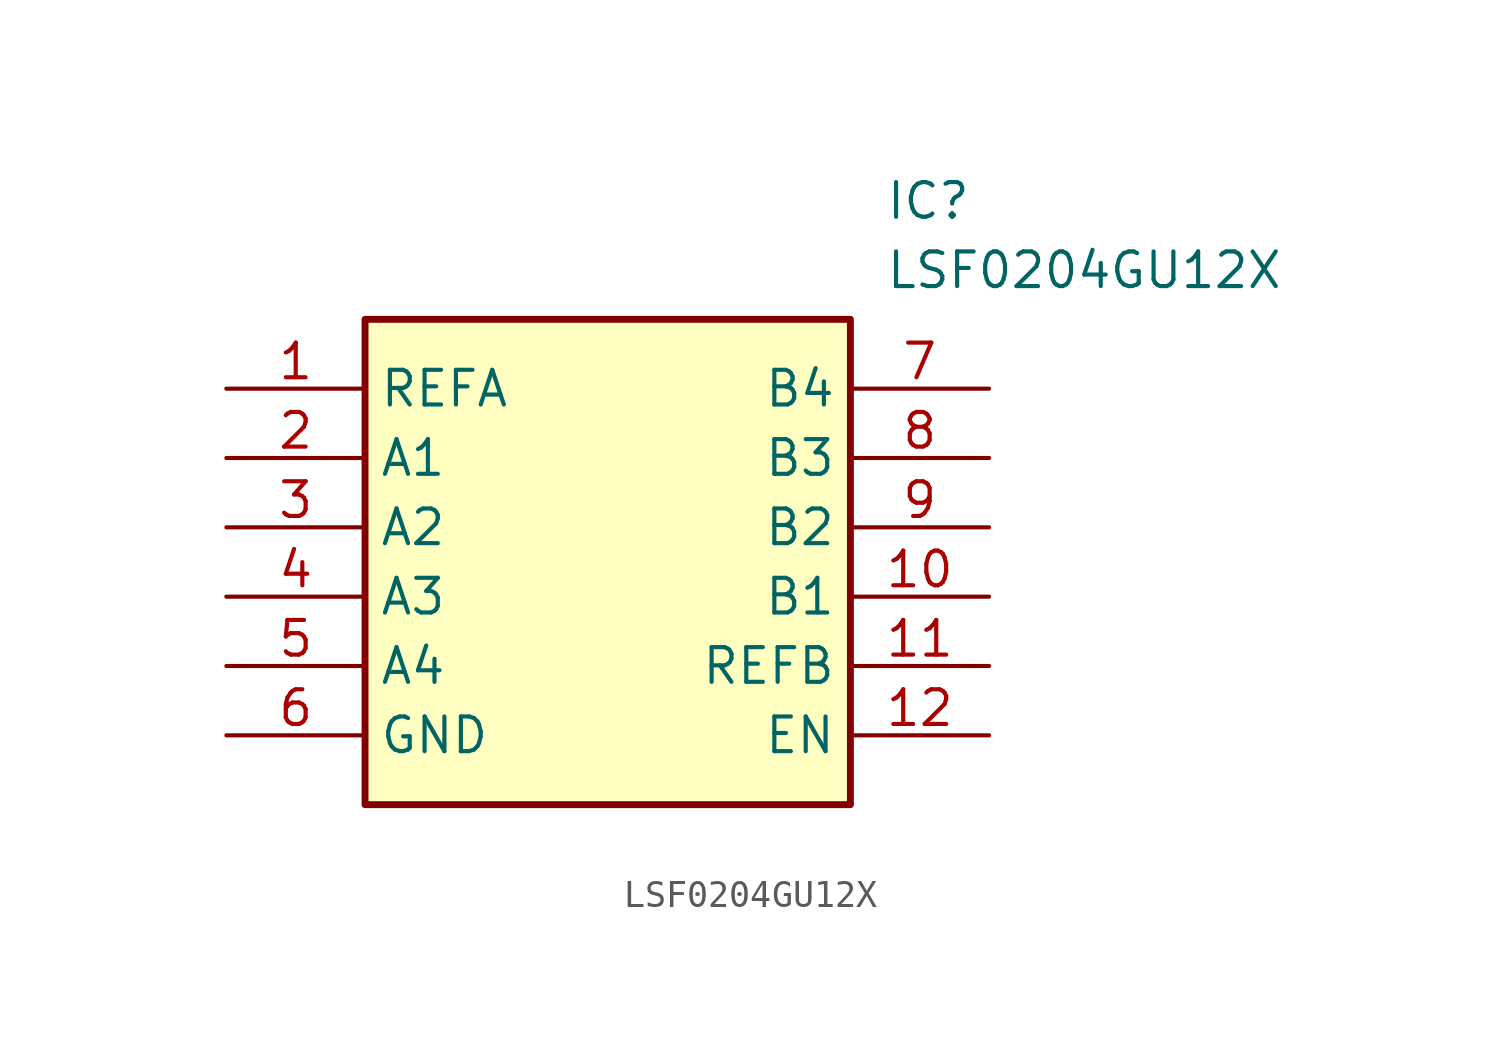
<source format=kicad_sym>
(kicad_symbol_lib
  (version 20211014)
  (generator SamacSys_ECAD_Model)
  (symbol "LSF0204GU12X"
    (property "Reference" "IC"
      (at 24.13 7.62 0)
      (effects (font (size 1.27 1.27)) (justify left top)))
    (property "Value" "LSF0204GU12X"
      (at 24.13 5.08 0)
      (effects (font (size 1.27 1.27)) (justify left top)))
    (rectangle
      (start 5.08 2.54)
      (end 22.86 -15.24)
      (stroke (width 0.254) (type default))
      (fill (type background)))
    (pin passive line
      (at 0 0 0)
      (length 5.08)
      (name "REFA" (effects (font (size 1.27 1.27))))
      (number "1" (effects (font (size 1.27 1.27)))))
    (pin passive line
      (at 0 -2.54 0)
      (length 5.08)
      (name "A1" (effects (font (size 1.27 1.27))))
      (number "2" (effects (font (size 1.27 1.27)))))
    (pin passive line
      (at 0 -5.08 0)
      (length 5.08)
      (name "A2" (effects (font (size 1.27 1.27))))
      (number "3" (effects (font (size 1.27 1.27)))))
    (pin passive line
      (at 0 -7.62 0)
      (length 5.08)
      (name "A3" (effects (font (size 1.27 1.27))))
      (number "4" (effects (font (size 1.27 1.27)))))
    (pin passive line
      (at 0 -10.16 0)
      (length 5.08)
      (name "A4" (effects (font (size 1.27 1.27))))
      (number "5" (effects (font (size 1.27 1.27)))))
    (pin passive line
      (at 0 -12.7 0)
      (length 5.08)
      (name "GND" (effects (font (size 1.27 1.27))))
      (number "6" (effects (font (size 1.27 1.27)))))
    (pin passive line
      (at 27.94 0 180)
      (length 5.08)
      (name "B4" (effects (font (size 1.27 1.27))))
      (number "7" (effects (font (size 1.27 1.27)))))
    (pin passive line
      (at 27.94 -2.54 180)
      (length 5.08)
      (name "B3" (effects (font (size 1.27 1.27))))
      (number "8" (effects (font (size 1.27 1.27)))))
    (pin passive line
      (at 27.94 -5.08 180)
      (length 5.08)
      (name "B2" (effects (font (size 1.27 1.27))))
      (number "9" (effects (font (size 1.27 1.27)))))
    (pin passive line
      (at 27.94 -7.62 180)
      (length 5.08)
      (name "B1" (effects (font (size 1.27 1.27))))
      (number "10" (effects (font (size 1.27 1.27)))))
    (pin passive line
      (at 27.94 -10.16 180)
      (length 5.08)
      (name "REFB" (effects (font (size 1.27 1.27))))
      (number "11" (effects (font (size 1.27 1.27)))))
    (pin passive line
      (at 27.94 -12.7 180)
      (length 5.08)
      (name "EN" (effects (font (size 1.27 1.27))))
      (number "12" (effects (font (size 1.27 1.27)))))))
</source>
